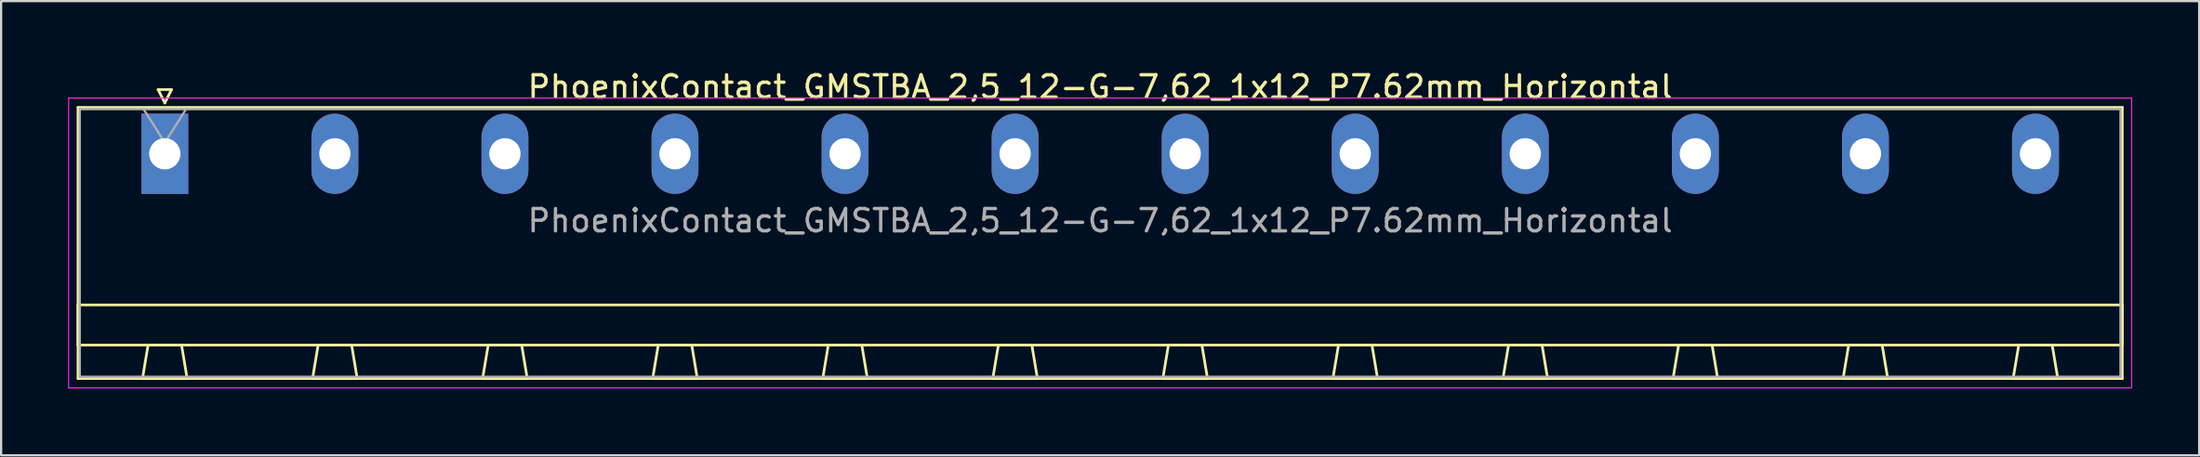
<source format=kicad_pcb>
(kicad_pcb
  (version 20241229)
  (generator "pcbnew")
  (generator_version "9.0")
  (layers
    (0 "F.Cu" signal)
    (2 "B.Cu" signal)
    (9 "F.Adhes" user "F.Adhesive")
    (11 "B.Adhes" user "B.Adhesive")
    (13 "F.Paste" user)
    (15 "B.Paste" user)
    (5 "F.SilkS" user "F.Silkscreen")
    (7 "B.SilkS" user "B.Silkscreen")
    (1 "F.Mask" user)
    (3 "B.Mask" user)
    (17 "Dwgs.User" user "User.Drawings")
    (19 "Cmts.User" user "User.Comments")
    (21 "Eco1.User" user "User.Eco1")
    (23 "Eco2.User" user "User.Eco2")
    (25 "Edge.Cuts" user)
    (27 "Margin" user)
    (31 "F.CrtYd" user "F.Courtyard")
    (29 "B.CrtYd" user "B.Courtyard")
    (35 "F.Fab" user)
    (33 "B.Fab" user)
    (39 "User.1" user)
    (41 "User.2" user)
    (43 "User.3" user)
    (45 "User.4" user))
  (footprint "PhoenixContact_GMSTBA_2,5_12-G-7,62_1x12_P7.62mm_Horizontal"
    (layer "F.Cu")
    (at 4.335 3.848)
    (property "Reference" "PhoenixContact_GMSTBA_2,5_12-G-7,62_1x12_P7.62mm_Horizontal" (at 41.91 -3 0) (layer "F.SilkS") (effects (font (size 1 1) (thickness 0.15))))
    (attr through_hole)
    (fp_line (start -3.89 -2.08) (end -3.89 10.08) (stroke (width 0.12) (type solid)) (layer "F.SilkS"))
    (fp_line (start -3.89 6.78) (end 87.71 6.78) (stroke (width 0.12) (type solid)) (layer "F.SilkS"))
    (fp_line (start -3.89 8.58) (end -3.89 6.78) (stroke (width 0.12) (type solid)) (layer "F.SilkS"))
    (fp_line (start -3.89 10.08) (end 87.71 10.08) (stroke (width 0.12) (type solid)) (layer "F.SilkS"))
    (fp_line (start -1 10.08) (end 1 10.08) (stroke (width 0.12) (type solid)) (layer "F.SilkS"))
    (fp_line (start -0.75 8.58) (end -1 10.08) (stroke (width 0.12) (type solid)) (layer "F.SilkS"))
    (fp_line (start -0.3 -2.88) (end 0.3 -2.88) (stroke (width 0.12) (type solid)) (layer "F.SilkS"))
    (fp_line (start 0 -2.28) (end -0.3 -2.88) (stroke (width 0.12) (type solid)) (layer "F.SilkS"))
    (fp_line (start 0.3 -2.88) (end 0 -2.28) (stroke (width 0.12) (type solid)) (layer "F.SilkS"))
    (fp_line (start 0.75 8.58) (end -0.75 8.58) (stroke (width 0.12) (type solid)) (layer "F.SilkS"))
    (fp_line (start 1 10.08) (end 0.75 8.58) (stroke (width 0.12) (type solid)) (layer "F.SilkS"))
    (fp_line (start 6.62 10.08) (end 8.62 10.08) (stroke (width 0.12) (type solid)) (layer "F.SilkS"))
    (fp_line (start 6.87 8.58) (end 6.62 10.08) (stroke (width 0.12) (type solid)) (layer "F.SilkS"))
    (fp_line (start 8.37 8.58) (end 6.87 8.58) (stroke (width 0.12) (type solid)) (layer "F.SilkS"))
    (fp_line (start 8.62 10.08) (end 8.37 8.58) (stroke (width 0.12) (type solid)) (layer "F.SilkS"))
    (fp_line (start 14.24 10.08) (end 16.24 10.08) (stroke (width 0.12) (type solid)) (layer "F.SilkS"))
    (fp_line (start 14.49 8.58) (end 14.24 10.08) (stroke (width 0.12) (type solid)) (layer "F.SilkS"))
    (fp_line (start 15.99 8.58) (end 14.49 8.58) (stroke (width 0.12) (type solid)) (layer "F.SilkS"))
    (fp_line (start 16.24 10.08) (end 15.99 8.58) (stroke (width 0.12) (type solid)) (layer "F.SilkS"))
    (fp_line (start 21.86 10.08) (end 23.86 10.08) (stroke (width 0.12) (type solid)) (layer "F.SilkS"))
    (fp_line (start 22.11 8.58) (end 21.86 10.08) (stroke (width 0.12) (type solid)) (layer "F.SilkS"))
    (fp_line (start 23.61 8.58) (end 22.11 8.58) (stroke (width 0.12) (type solid)) (layer "F.SilkS"))
    (fp_line (start 23.86 10.08) (end 23.61 8.58) (stroke (width 0.12) (type solid)) (layer "F.SilkS"))
    (fp_line (start 29.48 10.08) (end 31.48 10.08) (stroke (width 0.12) (type solid)) (layer "F.SilkS"))
    (fp_line (start 29.73 8.58) (end 29.48 10.08) (stroke (width 0.12) (type solid)) (layer "F.SilkS"))
    (fp_line (start 31.23 8.58) (end 29.73 8.58) (stroke (width 0.12) (type solid)) (layer "F.SilkS"))
    (fp_line (start 31.48 10.08) (end 31.23 8.58) (stroke (width 0.12) (type solid)) (layer "F.SilkS"))
    (fp_line (start 37.1 10.08) (end 39.1 10.08) (stroke (width 0.12) (type solid)) (layer "F.SilkS"))
    (fp_line (start 37.35 8.58) (end 37.1 10.08) (stroke (width 0.12) (type solid)) (layer "F.SilkS"))
    (fp_line (start 38.85 8.58) (end 37.35 8.58) (stroke (width 0.12) (type solid)) (layer "F.SilkS"))
    (fp_line (start 39.1 10.08) (end 38.85 8.58) (stroke (width 0.12) (type solid)) (layer "F.SilkS"))
    (fp_line (start 44.72 10.08) (end 46.72 10.08) (stroke (width 0.12) (type solid)) (layer "F.SilkS"))
    (fp_line (start 44.97 8.58) (end 44.72 10.08) (stroke (width 0.12) (type solid)) (layer "F.SilkS"))
    (fp_line (start 46.47 8.58) (end 44.97 8.58) (stroke (width 0.12) (type solid)) (layer "F.SilkS"))
    (fp_line (start 46.72 10.08) (end 46.47 8.58) (stroke (width 0.12) (type solid)) (layer "F.SilkS"))
    (fp_line (start 52.34 10.08) (end 54.34 10.08) (stroke (width 0.12) (type solid)) (layer "F.SilkS"))
    (fp_line (start 52.59 8.58) (end 52.34 10.08) (stroke (width 0.12) (type solid)) (layer "F.SilkS"))
    (fp_line (start 54.09 8.58) (end 52.59 8.58) (stroke (width 0.12) (type solid)) (layer "F.SilkS"))
    (fp_line (start 54.34 10.08) (end 54.09 8.58) (stroke (width 0.12) (type solid)) (layer "F.SilkS"))
    (fp_line (start 59.96 10.08) (end 61.96 10.08) (stroke (width 0.12) (type solid)) (layer "F.SilkS"))
    (fp_line (start 60.21 8.58) (end 59.96 10.08) (stroke (width 0.12) (type solid)) (layer "F.SilkS"))
    (fp_line (start 61.71 8.58) (end 60.21 8.58) (stroke (width 0.12) (type solid)) (layer "F.SilkS"))
    (fp_line (start 61.96 10.08) (end 61.71 8.58) (stroke (width 0.12) (type solid)) (layer "F.SilkS"))
    (fp_line (start 67.58 10.08) (end 69.58 10.08) (stroke (width 0.12) (type solid)) (layer "F.SilkS"))
    (fp_line (start 67.83 8.58) (end 67.58 10.08) (stroke (width 0.12) (type solid)) (layer "F.SilkS"))
    (fp_line (start 69.33 8.58) (end 67.83 8.58) (stroke (width 0.12) (type solid)) (layer "F.SilkS"))
    (fp_line (start 69.58 10.08) (end 69.33 8.58) (stroke (width 0.12) (type solid)) (layer "F.SilkS"))
    (fp_line (start 75.2 10.08) (end 77.2 10.08) (stroke (width 0.12) (type solid)) (layer "F.SilkS"))
    (fp_line (start 75.45 8.58) (end 75.2 10.08) (stroke (width 0.12) (type solid)) (layer "F.SilkS"))
    (fp_line (start 76.95 8.58) (end 75.45 8.58) (stroke (width 0.12) (type solid)) (layer "F.SilkS"))
    (fp_line (start 77.2 10.08) (end 76.95 8.58) (stroke (width 0.12) (type solid)) (layer "F.SilkS"))
    (fp_line (start 82.82 10.08) (end 84.82 10.08) (stroke (width 0.12) (type solid)) (layer "F.SilkS"))
    (fp_line (start 83.07 8.58) (end 82.82 10.08) (stroke (width 0.12) (type solid)) (layer "F.SilkS"))
    (fp_line (start 84.57 8.58) (end 83.07 8.58) (stroke (width 0.12) (type solid)) (layer "F.SilkS"))
    (fp_line (start 84.82 10.08) (end 84.57 8.58) (stroke (width 0.12) (type solid)) (layer "F.SilkS"))
    (fp_line (start 87.71 -2.08) (end -3.89 -2.08) (stroke (width 0.12) (type solid)) (layer "F.SilkS"))
    (fp_line (start 87.71 6.78) (end 87.71 8.58) (stroke (width 0.12) (type solid)) (layer "F.SilkS"))
    (fp_line (start 87.71 8.58) (end -3.89 8.58) (stroke (width 0.12) (type solid)) (layer "F.SilkS"))
    (fp_line (start 87.71 10.08) (end 87.71 -2.08) (stroke (width 0.12) (type solid)) (layer "F.SilkS"))
    (fp_line (start -4.31 -2.5) (end -4.31 10.5) (stroke (width 0.05) (type solid)) (layer "F.CrtYd"))
    (fp_line (start -4.31 10.5) (end 88.13 10.5) (stroke (width 0.05) (type solid)) (layer "F.CrtYd"))
    (fp_line (start 88.13 -2.5) (end -4.31 -2.5) (stroke (width 0.05) (type solid)) (layer "F.CrtYd"))
    (fp_line (start 88.13 10.5) (end 88.13 -2.5) (stroke (width 0.05) (type solid)) (layer "F.CrtYd"))
    (fp_line (start -3.81 -2) (end -3.81 10) (stroke (width 0.1) (type solid)) (layer "F.Fab"))
    (fp_line (start -3.81 10) (end 87.63 10) (stroke (width 0.1) (type solid)) (layer "F.Fab"))
    (fp_line (start 0 -0.5) (end -0.95 -2) (stroke (width 0.1) (type solid)) (layer "F.Fab"))
    (fp_line (start 0.95 -2) (end 0 -0.5) (stroke (width 0.1) (type solid)) (layer "F.Fab"))
    (fp_line (start 87.63 -2) (end -3.81 -2) (stroke (width 0.1) (type solid)) (layer "F.Fab"))
    (fp_line (start 87.63 10) (end 87.63 -2) (stroke (width 0.1) (type solid)) (layer "F.Fab"))
    (fp_text user "${REFERENCE}" (at 41.91 3 0) (layer "F.Fab") (effects (font (size 1 1) (thickness 0.15))))
    (pad "1" thru_hole rect (at 0 0) (size 2.1 3.6) (drill 1.4) (layers "*.Cu" "*.Mask"))
    (pad "2" thru_hole oval (at 7.62 0) (size 2.1 3.6) (drill 1.4) (layers "*.Cu" "*.Mask"))
    (pad "3" thru_hole oval (at 15.24 0) (size 2.1 3.6) (drill 1.4) (layers "*.Cu" "*.Mask"))
    (pad "4" thru_hole oval (at 22.86 0) (size 2.1 3.6) (drill 1.4) (layers "*.Cu" "*.Mask"))
    (pad "5" thru_hole oval (at 30.48 0) (size 2.1 3.6) (drill 1.4) (layers "*.Cu" "*.Mask"))
    (pad "6" thru_hole oval (at 38.1 0) (size 2.1 3.6) (drill 1.4) (layers "*.Cu" "*.Mask"))
    (pad "7" thru_hole oval (at 45.72 0) (size 2.1 3.6) (drill 1.4) (layers "*.Cu" "*.Mask"))
    (pad "8" thru_hole oval (at 53.34 0) (size 2.1 3.6) (drill 1.4) (layers "*.Cu" "*.Mask"))
    (pad "9" thru_hole oval (at 60.96 0) (size 2.1 3.6) (drill 1.4) (layers "*.Cu" "*.Mask"))
    (pad "10" thru_hole oval (at 68.58 0) (size 2.1 3.6) (drill 1.4) (layers "*.Cu" "*.Mask"))
    (pad "11" thru_hole oval (at 76.2 0) (size 2.1 3.6) (drill 1.4) (layers "*.Cu" "*.Mask"))
    (pad "12" thru_hole oval (at 83.82 0) (size 2.1 3.6) (drill 1.4) (layers "*.Cu" "*.Mask")))
  (gr_rect
    (start -3 -3)
    (end 95.49 17.373)
    (stroke (width 0.1) (type default))
    (fill no)
    (layer "Edge.Cuts")))
</source>
